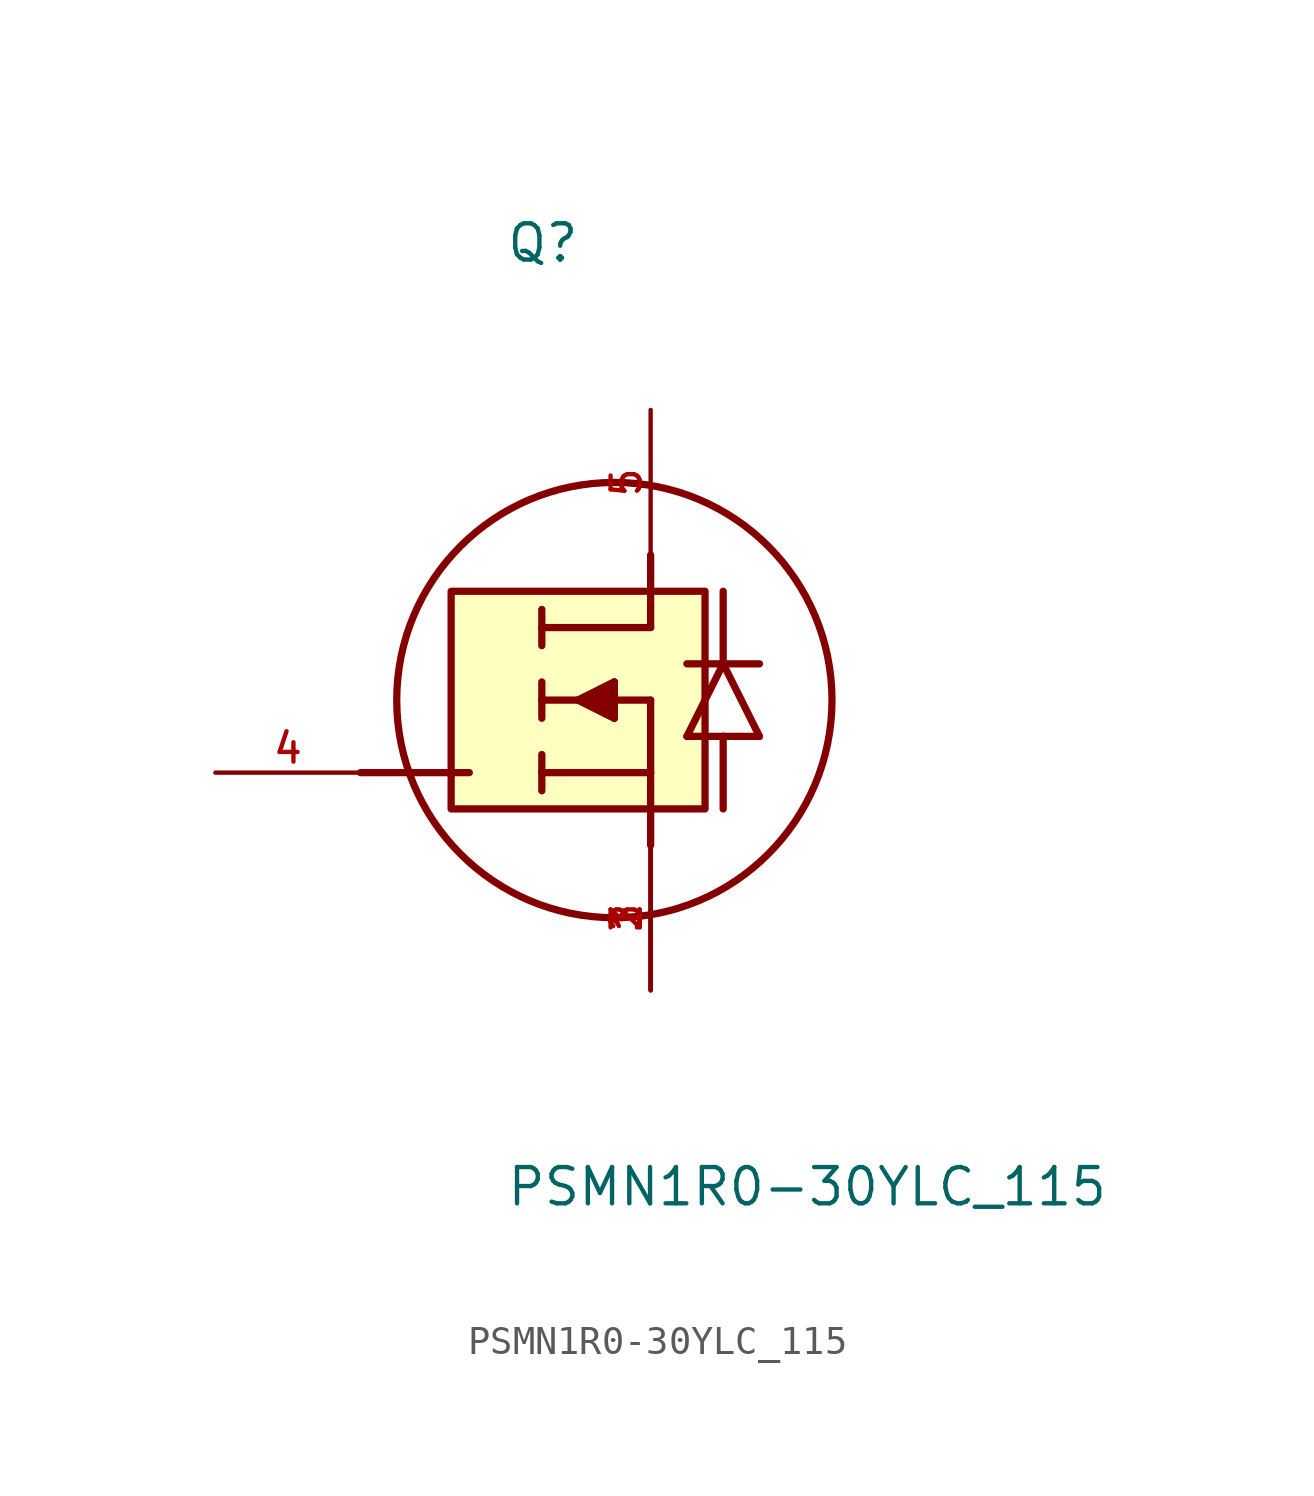
<source format=kicad_sym>
(kicad_symbol_lib
  (version 20211014)
  (generator kicad_symbol_editor)
  (symbol "PSMN1R0-30YLC_115"
    (pin_names
      (offset 1.016))
    (property "Reference" "Q"
      (at -2.543 15.261 0)
      (effects (font (size 1.27 1.27)) (justify bottom left)))
    (property "Value" "PSMN1R0-30YLC_115"
      (at -2.54 -17.783 0)
      (effects (font (size 1.27 1.27)) (justify bottom left)))
    (symbol "PSMN1R0-30YLC_115_0_0"
      (polyline (pts (xy -3.81 -2.54) (xy -7.62 -2.54)) (stroke (width 0.254)))
      (polyline (pts (xy -1.27 3.175) (xy -1.27 2.54)) (stroke (width 0.254)))
      (polyline (pts (xy -1.27 2.54) (xy -1.27 1.905)) (stroke (width 0.254)))
      (polyline (pts (xy -1.27 0.635) (xy -1.27 0.0)) (stroke (width 0.254)))
      (polyline (pts (xy -1.27 0.0) (xy -1.27 -0.635)) (stroke (width 0.254)))
      (polyline (pts (xy -1.27 -1.905) (xy -1.27 -2.54)) (stroke (width 0.254)))
      (polyline (pts (xy -1.27 -2.54) (xy -1.27 -3.175)) (stroke (width 0.254)))
      (polyline (pts (xy -1.27 0.0) (xy 0.0 0.0)) (stroke (width 0.254)))
      (polyline (pts (xy 2.54 2.54) (xy 2.54 3.81)) (stroke (width 0.254)))
      (polyline (pts (xy 2.54 3.81) (xy 2.54 5.08)) (stroke (width 0.254)))
      (polyline (pts (xy 2.54 0.0) (xy 2.54 -2.54)) (stroke (width 0.254)))
      (polyline (pts (xy 2.54 -2.54) (xy 2.54 -3.81)) (stroke (width 0.254)))
      (polyline (pts (xy 2.54 -3.81) (xy 2.54 -5.08)) (stroke (width 0.254)))
      (polyline (pts (xy 2.54 0.0) (xy 1.27 0.0)) (stroke (width 0.254)))
      (polyline (pts (xy 1.27 0.0) (xy 1.27 0.635)) (stroke (width 0.254)))
      (polyline (pts (xy 1.27 0.635) (xy 0.0 0.0)) (stroke (width 0.254)))
      (polyline (pts (xy 0.0 0.0) (xy 1.27 -0.635)) (stroke (width 0.254)))
      (polyline (pts (xy 1.27 -0.635) (xy 1.27 0.0)) (stroke (width 0.254)))
      (polyline (pts (xy -1.27 2.54) (xy 2.54 2.54)) (stroke (width 0.254)))
      (polyline (pts (xy -1.27 -2.54) (xy 2.54 -2.54)) (stroke (width 0.254)))
      (polyline (pts (xy 5.08 -3.81) (xy 5.08 -1.27)) (stroke (width 0.254)))
      (polyline (pts (xy 5.08 -1.27) (xy 3.81 -1.27)) (stroke (width 0.254)))
      (polyline (pts (xy 3.81 -1.27) (xy 5.08 1.27)) (stroke (width 0.254)))
      (polyline (pts (xy 5.08 1.27) (xy 6.35 -1.27)) (stroke (width 0.254)))
      (polyline (pts (xy 6.35 -1.27) (xy 5.08 -1.27)) (stroke (width 0.254)))
      (polyline (pts (xy 3.81 1.27) (xy 5.08 1.27)) (stroke (width 0.254)))
      (polyline (pts (xy 5.08 1.27) (xy 6.35 1.27)) (stroke (width 0.254)))
      (polyline (pts (xy 5.08 3.81) (xy 5.08 1.27)) (stroke (width 0.254)))
      (polyline (pts (xy 0.0 0.0) (xy 1.27 -0.635) (xy 1.27 0.635) (xy 0.0 0.0)) (stroke (width 0.254)) (fill (type outline)))
      (circle (center 1.27 0.0) (radius 7.62) (stroke (width 0.254)) (fill (type none)))
      (rectangle (start -4.445 -3.81) (end 4.445 3.81) (stroke (width 0.254)) (fill (type background)))
      (pin passive line (at -12.7 -2.54 0) (length 5.08) (name "~" (effects (font (size 1.016 1.016)))) (number "4" (effects (font (size 1.016 1.016)))))
      (pin passive line (at 2.54 -10.16 90.0) (length 5.08) (name "~" (effects (font (size 1.016 1.016)))) (number "1" (effects (font (size 1.016 1.016)))))
      (pin passive line (at 2.54 -10.16 90.0) (length 5.08) (name "~" (effects (font (size 1.016 1.016)))) (number "2" (effects (font (size 1.016 1.016)))))
      (pin passive line (at 2.54 -10.16 90.0) (length 5.08) (name "~" (effects (font (size 1.016 1.016)))) (number "3" (effects (font (size 1.016 1.016)))))
      (pin passive line (at 2.54 10.16 270.0) (length 5.08) (name "~" (effects (font (size 1.016 1.016)))) (number "5" (effects (font (size 1.016 1.016))))))))
</source>
